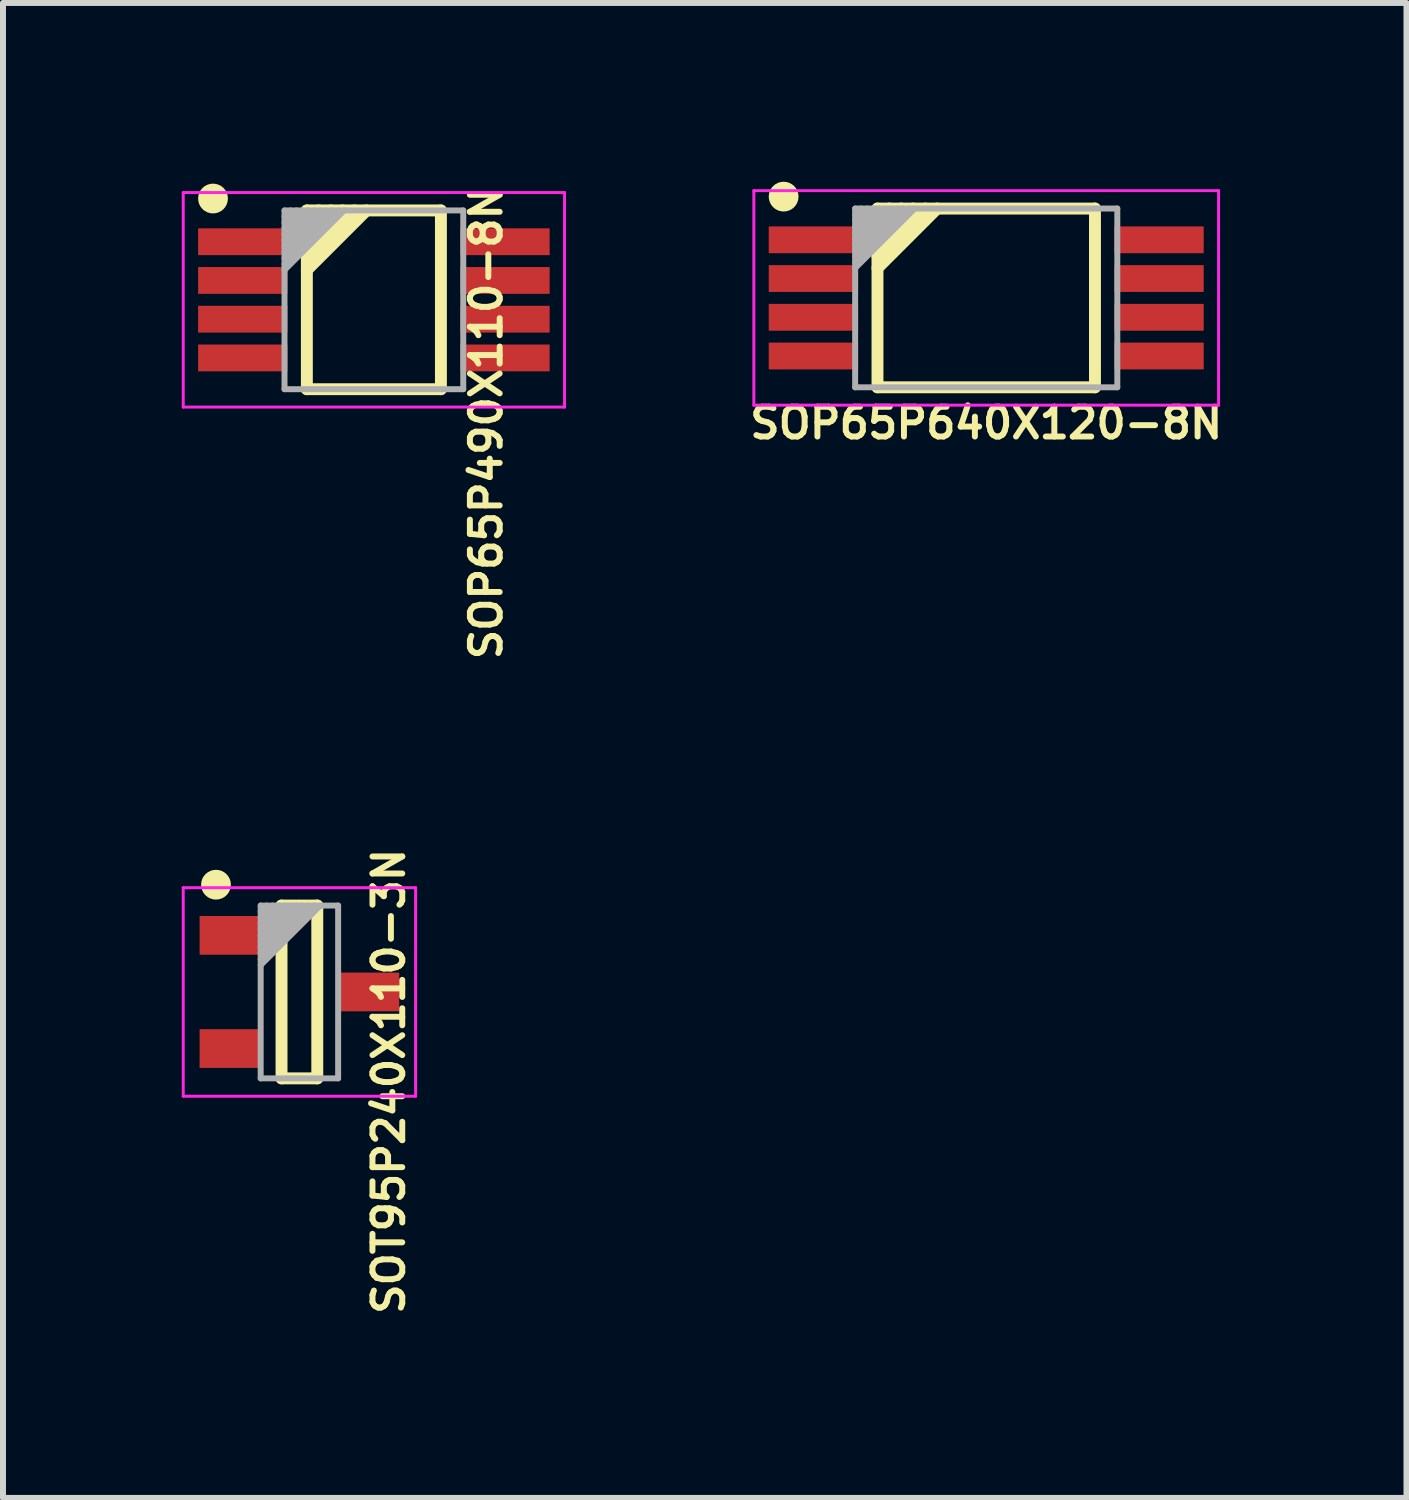
<source format=kicad_pcb>
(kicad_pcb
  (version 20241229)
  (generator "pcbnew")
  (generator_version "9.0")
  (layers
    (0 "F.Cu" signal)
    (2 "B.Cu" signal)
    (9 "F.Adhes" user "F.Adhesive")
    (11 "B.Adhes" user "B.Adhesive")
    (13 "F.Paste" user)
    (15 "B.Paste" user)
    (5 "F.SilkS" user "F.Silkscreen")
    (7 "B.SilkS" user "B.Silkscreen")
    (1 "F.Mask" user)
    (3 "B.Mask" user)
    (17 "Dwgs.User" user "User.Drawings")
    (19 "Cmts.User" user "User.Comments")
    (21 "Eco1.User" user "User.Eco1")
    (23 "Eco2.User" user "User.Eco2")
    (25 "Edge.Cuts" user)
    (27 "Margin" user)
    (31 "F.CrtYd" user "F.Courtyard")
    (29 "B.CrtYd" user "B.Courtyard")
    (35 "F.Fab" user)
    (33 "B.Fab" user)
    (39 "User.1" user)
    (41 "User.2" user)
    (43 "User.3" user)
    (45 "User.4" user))
  (footprint "SOP65P490X110-8N"
    (layer "F.Cu")
    (at 3.225 1.982)
    (property "Reference" "SOP65P490X110-8N" (at 1.885 2.07 90) (layer "F.SilkS") (effects (font (size 0.5 0.5) (thickness 0.1))))
    (attr smd)
    (fp_line (start -1.125 -1.5) (end 1.125 -1.5) (stroke (width 0.2) (type solid)) (layer "F.SilkS"))
    (fp_line (start -1.125 -1.3) (end -0.925 -1.5) (stroke (width 0.2) (type solid)) (layer "F.SilkS"))
    (fp_line (start -1.125 -1.1) (end -0.725 -1.5) (stroke (width 0.2) (type solid)) (layer "F.SilkS"))
    (fp_line (start -1.125 -0.9) (end -0.525 -1.5) (stroke (width 0.2) (type solid)) (layer "F.SilkS"))
    (fp_line (start -1.125 -0.7) (end -0.325 -1.5) (stroke (width 0.2) (type solid)) (layer "F.SilkS"))
    (fp_line (start -1.125 -0.5) (end -0.125 -1.5) (stroke (width 0.2) (type solid)) (layer "F.SilkS"))
    (fp_line (start -1.125 1.5) (end -1.125 -1.5) (stroke (width 0.2) (type solid)) (layer "F.SilkS"))
    (fp_line (start -1.125 1.5) (end 1.125 1.5) (stroke (width 0.2) (type solid)) (layer "F.SilkS"))
    (fp_line (start 1.125 1.5) (end 1.125 -1.5) (stroke (width 0.2) (type solid)) (layer "F.SilkS"))
    (fp_circle (center -2.7 -1.7) (end -2.575 -1.7) (stroke (width 0.25) (type solid)) (fill no) (layer "F.SilkS"))
    (fp_line (start -3.2 -1.8) (end 3.2 -1.8) (stroke (width 0.05) (type solid)) (layer "F.CrtYd"))
    (fp_line (start -3.2 1.8) (end -3.2 -1.8) (stroke (width 0.05) (type solid)) (layer "F.CrtYd"))
    (fp_line (start -3.2 1.8) (end 3.2 1.8) (stroke (width 0.05) (type solid)) (layer "F.CrtYd"))
    (fp_line (start 3.2 1.8) (end 3.2 -1.8) (stroke (width 0.05) (type solid)) (layer "F.CrtYd"))
    (fp_line (start -1.5 -1.5) (end 1.5 -1.5) (stroke (width 0.1) (type solid)) (layer "F.Fab"))
    (fp_line (start -1.5 -1.4) (end -1.4 -1.5) (stroke (width 0.1) (type solid)) (layer "F.Fab"))
    (fp_line (start -1.5 -1.3) (end -1.3 -1.5) (stroke (width 0.1) (type solid)) (layer "F.Fab"))
    (fp_line (start -1.5 -1.2) (end -1.2 -1.5) (stroke (width 0.1) (type solid)) (layer "F.Fab"))
    (fp_line (start -1.5 -1.1) (end -1.1 -1.5) (stroke (width 0.1) (type solid)) (layer "F.Fab"))
    (fp_line (start -1.5 -1) (end -1 -1.5) (stroke (width 0.1) (type solid)) (layer "F.Fab"))
    (fp_line (start -1.5 -0.9) (end -0.9 -1.5) (stroke (width 0.1) (type solid)) (layer "F.Fab"))
    (fp_line (start -1.5 -0.8) (end -0.8 -1.5) (stroke (width 0.1) (type solid)) (layer "F.Fab"))
    (fp_line (start -1.5 -0.7) (end -0.7 -1.5) (stroke (width 0.1) (type solid)) (layer "F.Fab"))
    (fp_line (start -1.5 -0.6) (end -0.6 -1.5) (stroke (width 0.1) (type solid)) (layer "F.Fab"))
    (fp_line (start -1.5 -0.5) (end -0.5 -1.5) (stroke (width 0.1) (type solid)) (layer "F.Fab"))
    (fp_line (start -1.5 1.5) (end -1.5 -1.5) (stroke (width 0.1) (type solid)) (layer "F.Fab"))
    (fp_line (start -1.5 1.5) (end 1.5 1.5) (stroke (width 0.1) (type solid)) (layer "F.Fab"))
    (fp_line (start 1.5 1.5) (end 1.5 -1.5) (stroke (width 0.1) (type solid)) (layer "F.Fab"))
    (pad "1" smd rect (at -2.2 -0.975) (size 1.5 0.45) (layers "F.Cu" "F.Mask" "F.Paste"))
    (pad "2" smd rect (at -2.2 -0.325) (size 1.5 0.45) (layers "F.Cu" "F.Mask" "F.Paste"))
    (pad "3" smd rect (at -2.2 0.325) (size 1.5 0.45) (layers "F.Cu" "F.Mask" "F.Paste"))
    (pad "4" smd rect (at -2.2 0.975) (size 1.5 0.45) (layers "F.Cu" "F.Mask" "F.Paste"))
    (pad "5" smd rect (at 2.2 0.975) (size 1.5 0.45) (layers "F.Cu" "F.Mask" "F.Paste"))
    (pad "6" smd rect (at 2.2 0.325) (size 1.5 0.45) (layers "F.Cu" "F.Mask" "F.Paste"))
    (pad "7" smd rect (at 2.2 -0.325) (size 1.5 0.45) (layers "F.Cu" "F.Mask" "F.Paste"))
    (pad "8" smd rect (at 2.2 -0.975) (size 1.5 0.45) (layers "F.Cu" "F.Mask" "F.Paste")))
  (footprint "SOT95P240X110-3N"
    (layer "F.Cu")
    (at 1.975 13.598)
    (property "Reference" "SOT95P240X110-3N" (at 1.5 1.5 90) (layer "F.SilkS") (effects (font (size 0.5 0.5) (thickness 0.1))))
    (attr smd)
    (fp_line (start -0.3 -1.45) (end 0.3 -1.45) (stroke (width 0.2) (type solid)) (layer "F.SilkS"))
    (fp_line (start -0.3 1.45) (end -0.3 -1.45) (stroke (width 0.2) (type solid)) (layer "F.SilkS"))
    (fp_line (start -0.3 1.45) (end 0.3 1.45) (stroke (width 0.2) (type solid)) (layer "F.SilkS"))
    (fp_line (start 0.3 1.45) (end 0.3 -1.45) (stroke (width 0.2) (type solid)) (layer "F.SilkS"))
    (fp_circle (center -1.4 -1.8) (end -1.275 -1.8) (stroke (width 0.25) (type solid)) (fill no) (layer "F.SilkS"))
    (fp_line (start -1.95 -1.75) (end 1.95 -1.75) (stroke (width 0.05) (type solid)) (layer "F.CrtYd"))
    (fp_line (start -1.95 1.75) (end -1.95 -1.75) (stroke (width 0.05) (type solid)) (layer "F.CrtYd"))
    (fp_line (start -1.95 1.75) (end 1.95 1.75) (stroke (width 0.05) (type solid)) (layer "F.CrtYd"))
    (fp_line (start 1.95 1.75) (end 1.95 -1.75) (stroke (width 0.05) (type solid)) (layer "F.CrtYd"))
    (fp_line (start -0.65 -1.45) (end 0.65 -1.45) (stroke (width 0.1) (type solid)) (layer "F.Fab"))
    (fp_line (start -0.65 -1.35) (end -0.55 -1.45) (stroke (width 0.1) (type solid)) (layer "F.Fab"))
    (fp_line (start -0.65 -1.25) (end -0.45 -1.45) (stroke (width 0.1) (type solid)) (layer "F.Fab"))
    (fp_line (start -0.65 -1.15) (end -0.35 -1.45) (stroke (width 0.1) (type solid)) (layer "F.Fab"))
    (fp_line (start -0.65 -1.05) (end -0.25 -1.45) (stroke (width 0.1) (type solid)) (layer "F.Fab"))
    (fp_line (start -0.65 -0.95) (end -0.15 -1.45) (stroke (width 0.1) (type solid)) (layer "F.Fab"))
    (fp_line (start -0.65 -0.85) (end -0.05 -1.45) (stroke (width 0.1) (type solid)) (layer "F.Fab"))
    (fp_line (start -0.65 -0.75) (end 0.05 -1.45) (stroke (width 0.1) (type solid)) (layer "F.Fab"))
    (fp_line (start -0.65 -0.65) (end 0.15 -1.45) (stroke (width 0.1) (type solid)) (layer "F.Fab"))
    (fp_line (start -0.65 -0.55) (end 0.25 -1.45) (stroke (width 0.1) (type solid)) (layer "F.Fab"))
    (fp_line (start -0.65 -0.45) (end 0.35 -1.45) (stroke (width 0.1) (type solid)) (layer "F.Fab"))
    (fp_line (start -0.65 1.45) (end -0.65 -1.45) (stroke (width 0.1) (type solid)) (layer "F.Fab"))
    (fp_line (start -0.65 1.45) (end 0.65 1.45) (stroke (width 0.1) (type solid)) (layer "F.Fab"))
    (fp_line (start 0.65 1.45) (end 0.65 -1.45) (stroke (width 0.1) (type solid)) (layer "F.Fab"))
    (pad "1" smd rect (at -1.15 -0.95) (size 1.05 0.65) (layers "F.Cu" "F.Mask" "F.Paste"))
    (pad "2" smd rect (at -1.15 0.95) (size 1.05 0.65) (layers "F.Cu" "F.Mask" "F.Paste"))
    (pad "3" smd rect (at 1.15 0) (size 1.05 0.65) (layers "F.Cu" "F.Mask" "F.Paste")))
  (footprint "SOP65P640X120-8N"
    (layer "F.Cu")
    (at 13.502 1.95)
    (property "Reference" "SOP65P640X120-8N" (at 0 2.1 180) (layer "F.SilkS") (effects (font (size 0.5 0.5) (thickness 0.1))))
    (attr smd dnp)
    (fp_line (start -1.825 -1.5) (end 1.825 -1.5) (stroke (width 0.2) (type solid)) (layer "F.SilkS"))
    (fp_line (start -1.825 -1.3) (end -1.625 -1.5) (stroke (width 0.2) (type solid)) (layer "F.SilkS"))
    (fp_line (start -1.825 -1.1) (end -1.425 -1.5) (stroke (width 0.2) (type solid)) (layer "F.SilkS"))
    (fp_line (start -1.825 -0.9) (end -1.225 -1.5) (stroke (width 0.2) (type solid)) (layer "F.SilkS"))
    (fp_line (start -1.825 -0.7) (end -1.025 -1.5) (stroke (width 0.2) (type solid)) (layer "F.SilkS"))
    (fp_line (start -1.825 -0.5) (end -0.825 -1.5) (stroke (width 0.2) (type solid)) (layer "F.SilkS"))
    (fp_line (start -1.825 1.5) (end -1.825 -1.5) (stroke (width 0.2) (type solid)) (layer "F.SilkS"))
    (fp_line (start -1.825 1.5) (end 1.825 1.5) (stroke (width 0.2) (type solid)) (layer "F.SilkS"))
    (fp_line (start 1.825 1.5) (end 1.825 -1.5) (stroke (width 0.2) (type solid)) (layer "F.SilkS"))
    (fp_circle (center -3.4 -1.7) (end -3.275 -1.7) (stroke (width 0.25) (type solid)) (fill no) (layer "F.SilkS"))
    (fp_line (start -3.9 -1.8) (end 3.9 -1.8) (stroke (width 0.05) (type solid)) (layer "F.CrtYd"))
    (fp_line (start -3.9 1.8) (end -3.9 -1.8) (stroke (width 0.05) (type solid)) (layer "F.CrtYd"))
    (fp_line (start -3.9 1.8) (end 3.9 1.8) (stroke (width 0.05) (type solid)) (layer "F.CrtYd"))
    (fp_line (start 3.9 1.8) (end 3.9 -1.8) (stroke (width 0.05) (type solid)) (layer "F.CrtYd"))
    (fp_line (start -2.2 -1.5) (end 2.2 -1.5) (stroke (width 0.1) (type solid)) (layer "F.Fab"))
    (fp_line (start -2.2 -1.4) (end -2.1 -1.5) (stroke (width 0.1) (type solid)) (layer "F.Fab"))
    (fp_line (start -2.2 -1.3) (end -2 -1.5) (stroke (width 0.1) (type solid)) (layer "F.Fab"))
    (fp_line (start -2.2 -1.2) (end -1.9 -1.5) (stroke (width 0.1) (type solid)) (layer "F.Fab"))
    (fp_line (start -2.2 -1.1) (end -1.8 -1.5) (stroke (width 0.1) (type solid)) (layer "F.Fab"))
    (fp_line (start -2.2 -1) (end -1.7 -1.5) (stroke (width 0.1) (type solid)) (layer "F.Fab"))
    (fp_line (start -2.2 -0.9) (end -1.6 -1.5) (stroke (width 0.1) (type solid)) (layer "F.Fab"))
    (fp_line (start -2.2 -0.8) (end -1.5 -1.5) (stroke (width 0.1) (type solid)) (layer "F.Fab"))
    (fp_line (start -2.2 -0.7) (end -1.4 -1.5) (stroke (width 0.1) (type solid)) (layer "F.Fab"))
    (fp_line (start -2.2 -0.6) (end -1.3 -1.5) (stroke (width 0.1) (type solid)) (layer "F.Fab"))
    (fp_line (start -2.2 -0.5) (end -1.2 -1.5) (stroke (width 0.1) (type solid)) (layer "F.Fab"))
    (fp_line (start -2.2 1.5) (end -2.2 -1.5) (stroke (width 0.1) (type solid)) (layer "F.Fab"))
    (fp_line (start -2.2 1.5) (end 2.2 1.5) (stroke (width 0.1) (type solid)) (layer "F.Fab"))
    (fp_line (start 2.2 1.5) (end 2.2 -1.5) (stroke (width 0.1) (type solid)) (layer "F.Fab"))
    (pad "1" smd rect (at -2.9 -0.975) (size 1.5 0.45) (layers "F.Cu" "F.Mask" "F.Paste"))
    (pad "2" smd rect (at -2.9 -0.325) (size 1.5 0.45) (layers "F.Cu" "F.Mask" "F.Paste"))
    (pad "3" smd rect (at -2.9 0.325) (size 1.5 0.45) (layers "F.Cu" "F.Mask" "F.Paste"))
    (pad "4" smd rect (at -2.9 0.975) (size 1.5 0.45) (layers "F.Cu" "F.Mask" "F.Paste"))
    (pad "5" smd rect (at 2.9 0.975) (size 1.5 0.45) (layers "F.Cu" "F.Mask" "F.Paste"))
    (pad "6" smd rect (at 2.9 0.325) (size 1.5 0.45) (layers "F.Cu" "F.Mask" "F.Paste"))
    (pad "7" smd rect (at 2.9 -0.325) (size 1.5 0.45) (layers "F.Cu" "F.Mask" "F.Paste"))
    (pad "8" smd rect (at 2.9 -0.975) (size 1.5 0.45) (layers "F.Cu" "F.Mask" "F.Paste")))
  (gr_rect
    (start -3 -3)
    (end 20.555 22.09)
    (stroke (width 0.1) (type default))
    (fill no)
    (layer "Edge.Cuts")))
</source>
